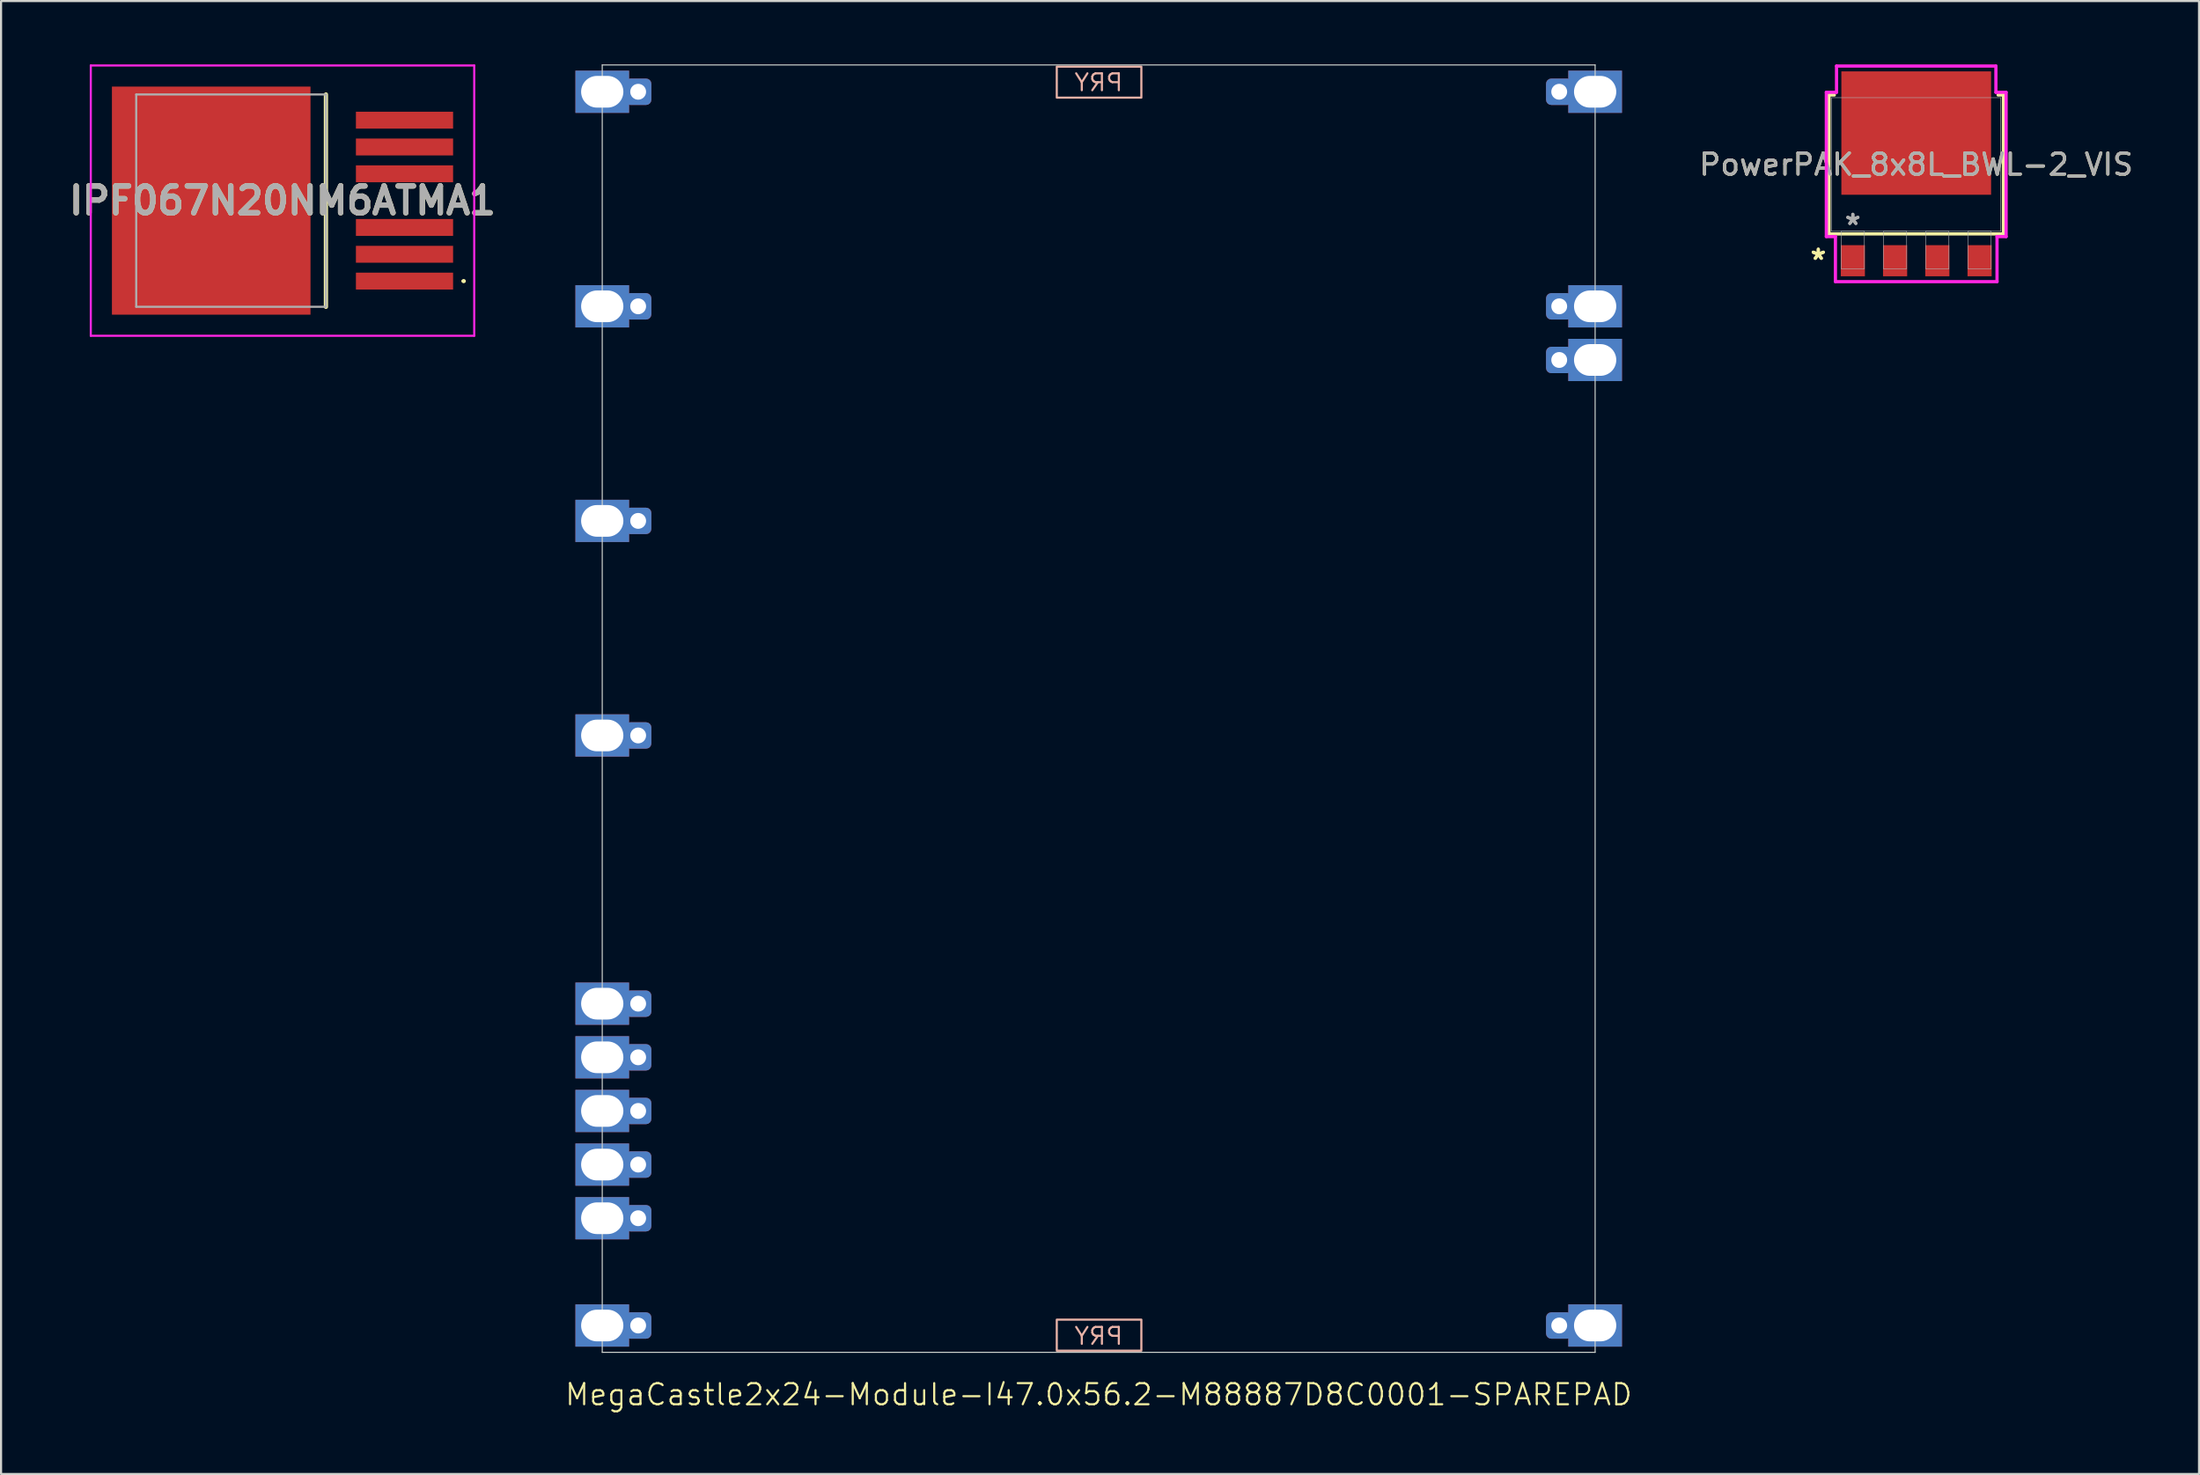
<source format=kicad_pcb>
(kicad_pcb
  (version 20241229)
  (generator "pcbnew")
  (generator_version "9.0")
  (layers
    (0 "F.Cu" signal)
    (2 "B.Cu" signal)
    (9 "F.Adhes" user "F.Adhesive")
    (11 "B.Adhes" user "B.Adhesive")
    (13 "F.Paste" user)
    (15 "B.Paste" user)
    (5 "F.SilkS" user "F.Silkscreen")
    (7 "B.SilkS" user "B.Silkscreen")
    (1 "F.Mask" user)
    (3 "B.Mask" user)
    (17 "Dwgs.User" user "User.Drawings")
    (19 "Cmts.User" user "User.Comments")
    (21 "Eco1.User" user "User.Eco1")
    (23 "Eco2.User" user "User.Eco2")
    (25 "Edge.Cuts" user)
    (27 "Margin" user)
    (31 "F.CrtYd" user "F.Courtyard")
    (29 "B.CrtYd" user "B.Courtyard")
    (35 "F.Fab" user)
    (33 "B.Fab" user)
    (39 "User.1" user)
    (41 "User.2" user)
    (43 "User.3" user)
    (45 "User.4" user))
  (footprint "MegaCastle2x24-Module-I47.0x56.2-M88887D8C0001-SPAREPAD"
    (layer "F.Cu")
    (at 48.958 30.505)
    (property "Reference" "MegaCastle2x24-Module-I47.0x56.2-M88887D8C0001-SPAREPAD" (at 0 32.48 0) (unlocked yes) (layer "F.SilkS") (effects (font (size 1 1) (thickness 0.1))))
    (attr smd)
    (fp_rect (start -1.984 -28.931) (end 2.02 -30.4) (stroke (width 0.1) (type default)) (fill no) (layer "B.SilkS"))
    (fp_rect (start -1.984 28.931) (end 2.02 30.4) (stroke (width 0.1) (type default)) (fill no) (layer "B.SilkS"))
    (fp_line (start -23.5 -30.48) (end -23.5 30.48) (stroke (width 0.05) (type default)) (layer "Edge.Cuts"))
    (fp_line (start -23.5 -30.48) (end 23.5 -30.48) (stroke (width 0.05) (type default)) (layer "Edge.Cuts"))
    (fp_line (start -23.5 30.48) (end 23.5 30.48) (stroke (width 0.05) (type default)) (layer "Edge.Cuts"))
    (fp_line (start 23.5 -30.48) (end 23.5 30.48) (stroke (width 0.05) (type default)) (layer "Edge.Cuts"))
    (fp_text user "PRY" (at 0 -29.18 0) (unlocked yes) (layer "B.SilkS") (effects (font (size 0.8 0.8) (thickness 0.1)) (justify bottom mirror)))
    (fp_text user "PRY" (at 0 30.18 0) (unlocked yes) (layer "B.SilkS") (effects (font (size 0.8 0.8) (thickness 0.1)) (justify bottom mirror)))
    (pad "1" thru_hole rect (at -23.5 -29.21) (size 2.54 2) (drill oval 2 1.5) (property pad_prop_castellated) (layers "*.Cu" "*.Mask"))
    (pad "1" thru_hole roundrect (at -21.8 -29.21 180) (size 1.25 1.25) (drill 0.75) (layers "*.Cu" "*.Mask") (roundrect_rratio 0.2))
    (pad "5" thru_hole rect (at -23.5 -19.05) (size 2.54 2) (drill oval 2 1.5) (property pad_prop_castellated) (layers "*.Cu" "*.Mask"))
    (pad "5" thru_hole roundrect (at -21.8 -19.05 180) (size 1.25 1.25) (drill 0.75) (layers "*.Cu" "*.Mask") (roundrect_rratio 0.2))
    (pad "9" thru_hole rect (at -23.5 -8.89) (size 2.54 2) (drill oval 2 1.5) (property pad_prop_castellated) (layers "*.Cu" "*.Mask"))
    (pad "9" thru_hole roundrect (at -21.8 -8.89 180) (size 1.25 1.25) (drill 0.75) (layers "*.Cu" "*.Mask") (roundrect_rratio 0.2))
    (pad "13" thru_hole rect (at -23.5 1.27) (size 2.54 2) (drill oval 2 1.5) (property pad_prop_castellated) (layers "*.Cu" "*.Mask"))
    (pad "13" thru_hole roundrect (at -21.8 1.27 180) (size 1.25 1.25) (drill 0.75) (layers "*.Cu" "*.Mask") (roundrect_rratio 0.2))
    (pad "18" thru_hole rect (at -23.5 13.97) (size 2.54 2) (drill oval 2 1.5) (property pad_prop_castellated) (layers "*.Cu" "*.Mask"))
    (pad "18" thru_hole roundrect (at -21.8 13.97 180) (size 1.25 1.25) (drill 0.75) (layers "*.Cu" "*.Mask") (roundrect_rratio 0.2))
    (pad "19" thru_hole rect (at -23.5 16.51) (size 2.54 2) (drill oval 2 1.5) (property pad_prop_castellated) (layers "*.Cu" "*.Mask"))
    (pad "19" thru_hole roundrect (at -21.8 16.51 180) (size 1.25 1.25) (drill 0.75) (layers "*.Cu" "*.Mask") (roundrect_rratio 0.2))
    (pad "20" thru_hole rect (at -23.5 19.05) (size 2.54 2) (drill oval 2 1.5) (property pad_prop_castellated) (layers "*.Cu" "*.Mask"))
    (pad "20" thru_hole roundrect (at -21.8 19.05 180) (size 1.25 1.25) (drill 0.75) (layers "*.Cu" "*.Mask") (roundrect_rratio 0.2))
    (pad "21" thru_hole rect (at -23.5 21.59) (size 2.54 2) (drill oval 2 1.5) (property pad_prop_castellated) (layers "*.Cu" "*.Mask"))
    (pad "21" thru_hole roundrect (at -21.8 21.59 180) (size 1.25 1.25) (drill 0.75) (layers "*.Cu" "*.Mask") (roundrect_rratio 0.2))
    (pad "22" thru_hole rect (at -23.5 24.13) (size 2.54 2) (drill oval 2 1.5) (property pad_prop_castellated) (layers "*.Cu" "*.Mask"))
    (pad "22" thru_hole roundrect (at -21.8 24.13 180) (size 1.25 1.25) (drill 0.75) (layers "*.Cu" "*.Mask") (roundrect_rratio 0.2))
    (pad "24" thru_hole rect (at -23.5 29.21) (size 2.54 2) (drill oval 2 1.5) (property pad_prop_castellated) (layers "*.Cu" "*.Mask"))
    (pad "24" thru_hole roundrect (at -21.8 29.21 180) (size 1.25 1.25) (drill 0.75) (layers "*.Cu" "*.Mask") (roundrect_rratio 0.2))
    (pad "25" thru_hole roundrect (at 21.8 -29.21 180) (size 1.25 1.25) (drill 0.75) (layers "*.Cu" "*.Mask") (roundrect_rratio 0.2))
    (pad "25" thru_hole rect (at 23.5 -29.21) (size 2.54 2) (drill oval 2 1.5) (property pad_prop_castellated) (layers "*.Cu" "*.Mask"))
    (pad "29" thru_hole roundrect (at 21.8 -19.05 180) (size 1.25 1.25) (drill 0.75) (layers "*.Cu" "*.Mask") (roundrect_rratio 0.2))
    (pad "29" thru_hole rect (at 23.5 -19.05) (size 2.54 2) (drill oval 2 1.5) (property pad_prop_castellated) (layers "*.Cu" "*.Mask"))
    (pad "30" thru_hole roundrect (at 21.8 -16.51 180) (size 1.25 1.25) (drill 0.75) (layers "*.Cu" "*.Mask") (roundrect_rratio 0.2))
    (pad "30" thru_hole rect (at 23.5 -16.51) (size 2.54 2) (drill oval 2 1.5) (property pad_prop_castellated) (layers "*.Cu" "*.Mask"))
    (pad "48" thru_hole roundrect (at 21.8 29.21 180) (size 1.25 1.25) (drill 0.75) (layers "*.Cu" "*.Mask") (roundrect_rratio 0.2))
    (pad "48" thru_hole rect (at 23.5 29.21) (size 2.54 2) (drill oval 2 1.5) (property pad_prop_castellated) (layers "*.Cu" "*.Mask"))
    (zone (net_name "") (layer "B.Cu") (hatch edge 0.5) (connect_pads) (min_thickness 0.25) (filled_areas_thickness no) (keepout (tracks allowed) (vias allowed) (pads allowed) (copperpour allowed) (footprints not_allowed)) (placement (enabled no)) (fill) (polygon (pts (xy 25.458 0.025) (xy 25.458 2.425) (xy 72.458 2.425) (xy 72.458 0.025))))
    (zone (net_name "") (layer "B.Cu") (hatch edge 0.5) (connect_pads) (min_thickness 0.25) (filled_areas_thickness no) (keepout (tracks allowed) (vias allowed) (pads allowed) (copperpour allowed) (footprints not_allowed)) (placement (enabled no)) (fill) (polygon (pts (xy 25.458 60.985) (xy 25.458 58.585) (xy 72.458 58.585) (xy 72.458 60.985))))
    (zone (net_name "") (layer "B.Cu") (name "Upper Pry Zone") (hatch edge 0.5) (connect_pads) (min_thickness 0.25) (filled_areas_thickness no) (keepout (tracks not_allowed) (vias not_allowed) (pads not_allowed) (copperpour allowed) (footprints not_allowed)) (placement (enabled no)) (fill) (polygon (pts (xy 46.974 1.574) (xy 46.974 0.105) (xy 50.978 0.105) (xy 50.978 1.574))))
    (zone (net_name "") (layer "B.Cu") (name "Upper Pry Zone") (hatch edge 0.5) (connect_pads) (min_thickness 0.25) (filled_areas_thickness no) (keepout (tracks not_allowed) (vias not_allowed) (pads not_allowed) (copperpour allowed) (footprints not_allowed)) (placement (enabled no)) (fill) (polygon (pts (xy 46.974 59.436) (xy 46.974 60.905) (xy 50.978 60.905) (xy 50.978 59.436)))))
  (footprint "PowerPAK_8x8L_BWL-2_VIS"
    (layer "F.Cu")
    (at 87.657 4.737)
    (property "Reference" "PowerPAK_8x8L_BWL-2_VIS" (at 0 0 0) (unlocked yes) (layer "F.SilkS") (effects (font (size 1 1) (thickness 0.15))))
    (attr smd)
    (fp_line (start -4.128 -3.289) (end -4.128 3.289) (stroke (width 0.152) (type solid)) (layer "F.SilkS"))
    (fp_line (start -4.128 3.289) (end 4.128 3.289) (stroke (width 0.152) (type solid)) (layer "F.SilkS"))
    (fp_line (start -3.876 -3.289) (end -4.128 -3.289) (stroke (width 0.152) (type solid)) (layer "F.SilkS"))
    (fp_line (start 4.128 -3.289) (end 3.876 -3.289) (stroke (width 0.152) (type solid)) (layer "F.SilkS"))
    (fp_line (start 4.128 3.289) (end 4.128 -3.289) (stroke (width 0.152) (type solid)) (layer "F.SilkS"))
    (fp_line (start -4.255 -3.416) (end -3.772 -3.416) (stroke (width 0.152) (type solid)) (layer "F.CrtYd"))
    (fp_line (start -4.255 3.416) (end -4.255 -3.416) (stroke (width 0.152) (type solid)) (layer "F.CrtYd"))
    (fp_line (start -3.825 3.416) (end -4.255 3.416) (stroke (width 0.152) (type solid)) (layer "F.CrtYd"))
    (fp_line (start -3.825 5.55) (end -3.825 3.416) (stroke (width 0.152) (type solid)) (layer "F.CrtYd"))
    (fp_line (start -3.772 -4.661) (end 3.772 -4.661) (stroke (width 0.152) (type solid)) (layer "F.CrtYd"))
    (fp_line (start -3.772 -3.416) (end -3.772 -4.661) (stroke (width 0.152) (type solid)) (layer "F.CrtYd"))
    (fp_line (start 3.772 -4.661) (end 3.772 -3.416) (stroke (width 0.152) (type solid)) (layer "F.CrtYd"))
    (fp_line (start 3.772 -3.416) (end 4.255 -3.416) (stroke (width 0.152) (type solid)) (layer "F.CrtYd"))
    (fp_line (start 3.825 3.416) (end 3.825 5.55) (stroke (width 0.152) (type solid)) (layer "F.CrtYd"))
    (fp_line (start 3.825 5.55) (end -3.825 5.55) (stroke (width 0.152) (type solid)) (layer "F.CrtYd"))
    (fp_line (start 4.255 -3.416) (end 4.255 3.416) (stroke (width 0.152) (type solid)) (layer "F.CrtYd"))
    (fp_line (start 4.255 3.416) (end 3.825 3.416) (stroke (width 0.152) (type solid)) (layer "F.CrtYd"))
    (fp_line (start -4 -3.162) (end -4 3.162) (stroke (width 0.025) (type solid)) (layer "F.Fab"))
    (fp_line (start -4 3.162) (end 4 3.162) (stroke (width 0.025) (type solid)) (layer "F.Fab"))
    (fp_line (start -3.546 3.162) (end -3.546 4.94) (stroke (width 0.025) (type solid)) (layer "F.Fab"))
    (fp_line (start -3.546 4.94) (end -2.454 4.94) (stroke (width 0.025) (type solid)) (layer "F.Fab"))
    (fp_line (start -2.454 3.162) (end -3.546 3.162) (stroke (width 0.025) (type solid)) (layer "F.Fab"))
    (fp_line (start -2.454 4.94) (end -2.454 3.162) (stroke (width 0.025) (type solid)) (layer "F.Fab"))
    (fp_line (start -1.546 3.162) (end -1.546 4.94) (stroke (width 0.025) (type solid)) (layer "F.Fab"))
    (fp_line (start -1.546 4.94) (end -0.454 4.94) (stroke (width 0.025) (type solid)) (layer "F.Fab"))
    (fp_line (start -0.454 3.162) (end -1.546 3.162) (stroke (width 0.025) (type solid)) (layer "F.Fab"))
    (fp_line (start -0.454 4.94) (end -0.454 3.162) (stroke (width 0.025) (type solid)) (layer "F.Fab"))
    (fp_line (start 0.454 3.162) (end 0.454 4.94) (stroke (width 0.025) (type solid)) (layer "F.Fab"))
    (fp_line (start 0.454 4.94) (end 1.546 4.94) (stroke (width 0.025) (type solid)) (layer "F.Fab"))
    (fp_line (start 1.546 3.162) (end 0.454 3.162) (stroke (width 0.025) (type solid)) (layer "F.Fab"))
    (fp_line (start 1.546 4.94) (end 1.546 3.162) (stroke (width 0.025) (type solid)) (layer "F.Fab"))
    (fp_line (start 2.454 3.162) (end 2.454 4.94) (stroke (width 0.025) (type solid)) (layer "F.Fab"))
    (fp_line (start 2.454 4.94) (end 3.546 4.94) (stroke (width 0.025) (type solid)) (layer "F.Fab"))
    (fp_line (start 3.546 3.162) (end 2.454 3.162) (stroke (width 0.025) (type solid)) (layer "F.Fab"))
    (fp_line (start 3.546 4.94) (end 3.546 3.162) (stroke (width 0.025) (type solid)) (layer "F.Fab"))
    (fp_line (start 4 -3.162) (end -4 -3.162) (stroke (width 0.025) (type solid)) (layer "F.Fab"))
    (fp_line (start 4 3.162) (end 4 -3.162) (stroke (width 0.025) (type solid)) (layer "F.Fab"))
    (fp_text user "*" (at -4.635 4.559 0) (layer "F.SilkS") (effects (font (size 1 1) (thickness 0.15))))
    (fp_text user "*" (at -4.635 4.559 0) (unlocked yes) (layer "F.SilkS") (effects (font (size 1 1) (thickness 0.15))))
    (fp_text user "*" (at -3 2.908 0) (layer "F.Fab") (effects (font (size 1 1) (thickness 0.15))))
    (fp_text user "*" (at -3 2.908 0) (unlocked yes) (layer "F.Fab") (effects (font (size 1 1) (thickness 0.15))))
    (fp_text user "${REFERENCE}" (at 0 0 0) (unlocked yes) (layer "F.Fab") (effects (font (size 1 1) (thickness 0.15))))
    (pad "1" smd rect (at -3 4.559) (size 1.143 1.473) (layers "F.Cu" "F.Mask" "F.Paste"))
    (pad "2" smd rect (at -1 4.559) (size 1.143 1.473) (layers "F.Cu" "F.Mask" "F.Paste"))
    (pad "3" smd rect (at 1 4.559) (size 1.143 1.473) (layers "F.Cu" "F.Mask" "F.Paste"))
    (pad "4" smd rect (at 3 4.559) (size 1.143 1.473) (layers "F.Cu" "F.Mask" "F.Paste"))
    (pad "5" smd rect (at 0 -1.486) (size 7.087 5.842) (layers "F.Cu" "F.Mask" "F.Paste")))
  (footprint "IPF067N20NM6ATMA1"
    (layer "F.Cu")
    (at 10.323 6.45)
    (property "Reference" "IPF067N20NM6ATMA1" (at 0 0 0) (layer "F.SilkS") (effects (font (size 1.27 1.27) (thickness 0.254))))
    (attr smd)
    (fp_line (start 2.055 -5.027) (end 2.055 5.028) (stroke (width 0.2) (type solid)) (layer "F.SilkS"))
    (fp_line (start 8.525 3.81) (end 8.525 3.81) (stroke (width 0.1) (type solid)) (layer "F.SilkS"))
    (fp_line (start 8.625 3.81) (end 8.625 3.81) (stroke (width 0.1) (type solid)) (layer "F.SilkS"))
    (fp_arc (start 8.525 3.81) (mid 8.575 3.76) (end 8.625 3.81) (stroke (width 0.1) (type solid)) (layer "F.SilkS"))
    (fp_arc (start 8.625 3.81) (mid 8.575 3.86) (end 8.525 3.81) (stroke (width 0.1) (type solid)) (layer "F.SilkS"))
    (fp_line (start -9.075 -6.4) (end 9.075 -6.4) (stroke (width 0.1) (type solid)) (layer "F.CrtYd"))
    (fp_line (start -9.075 6.4) (end -9.075 -6.4) (stroke (width 0.1) (type solid)) (layer "F.CrtYd"))
    (fp_line (start 9.075 -6.4) (end 9.075 6.4) (stroke (width 0.1) (type solid)) (layer "F.CrtYd"))
    (fp_line (start 9.075 6.4) (end -9.075 6.4) (stroke (width 0.1) (type solid)) (layer "F.CrtYd"))
    (fp_line (start -6.925 -5.027) (end 2.055 -5.027) (stroke (width 0.1) (type solid)) (layer "F.Fab"))
    (fp_line (start -6.925 5.028) (end -6.925 -5.027) (stroke (width 0.1) (type solid)) (layer "F.Fab"))
    (fp_line (start 2.055 -5.027) (end 2.055 5.028) (stroke (width 0.1) (type solid)) (layer "F.Fab"))
    (fp_line (start 2.055 5.028) (end -6.925 5.028) (stroke (width 0.1) (type solid)) (layer "F.Fab"))
    (fp_text user "${REFERENCE}" (at 0 0 0) (layer "F.Fab") (effects (font (size 1.27 1.27) (thickness 0.254))))
    (pad "1" smd rect (at 5.775 3.81 90) (size 0.8 4.6) (layers "F.Cu" "F.Mask" "F.Paste"))
    (pad "2" smd rect (at 5.775 2.54 90) (size 0.8 4.6) (layers "F.Cu" "F.Mask" "F.Paste"))
    (pad "3" smd rect (at 5.775 1.27 90) (size 0.8 4.6) (layers "F.Cu" "F.Mask" "F.Paste"))
    (pad "4" smd rect (at -3.375 0) (size 9.4 10.8) (layers "F.Cu" "F.Mask" "F.Paste"))
    (pad "5" smd rect (at 5.775 -1.27 90) (size 0.8 4.6) (layers "F.Cu" "F.Mask" "F.Paste"))
    (pad "6" smd rect (at 5.775 -2.54 90) (size 0.8 4.6) (layers "F.Cu" "F.Mask" "F.Paste"))
    (pad "7" smd rect (at 5.775 -3.81 90) (size 0.8 4.6) (layers "F.Cu" "F.Mask" "F.Paste")))
  (gr_rect
    (start -3 -3)
    (end 101.044 66.746)
    (stroke (width 0.1) (type default))
    (fill no)
    (layer "Edge.Cuts")))
</source>
